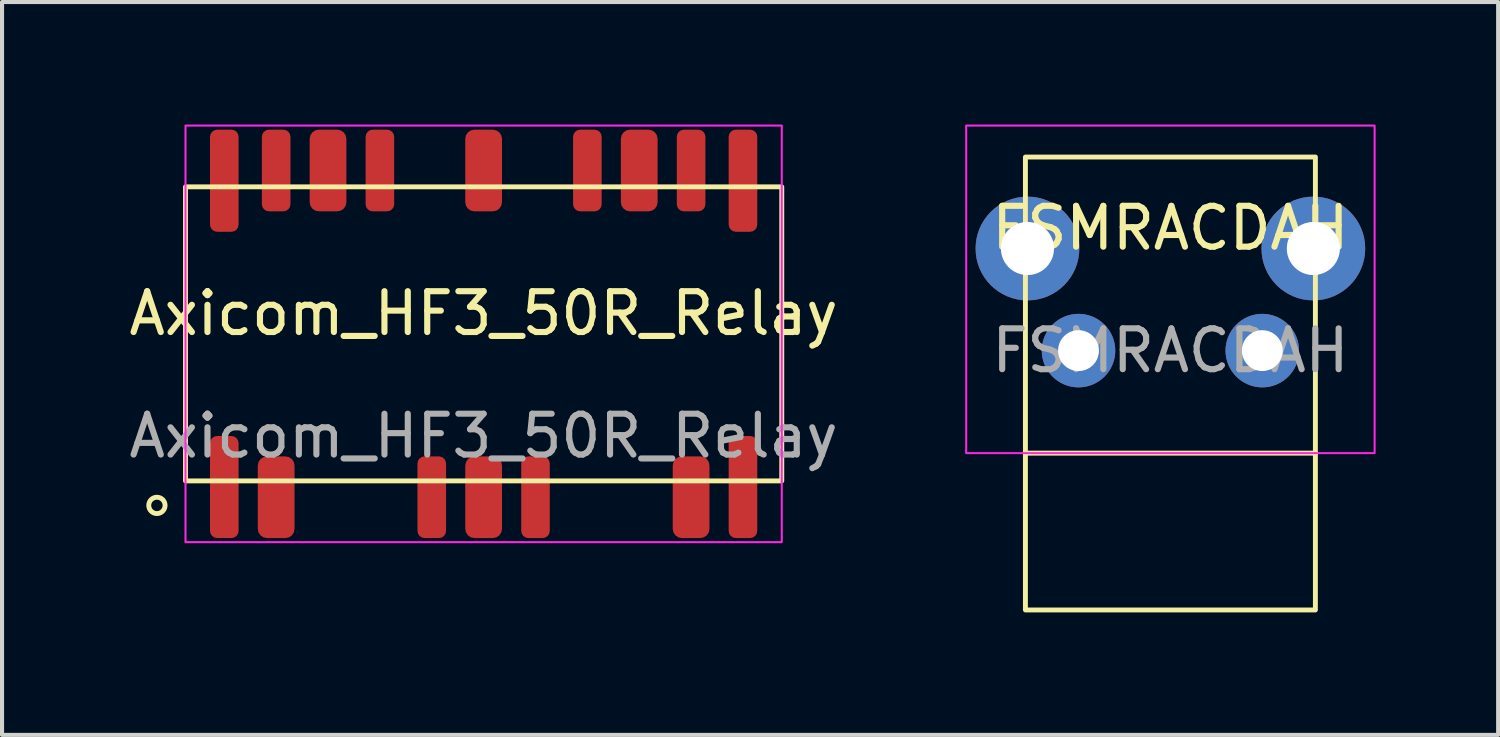
<source format=kicad_pcb>
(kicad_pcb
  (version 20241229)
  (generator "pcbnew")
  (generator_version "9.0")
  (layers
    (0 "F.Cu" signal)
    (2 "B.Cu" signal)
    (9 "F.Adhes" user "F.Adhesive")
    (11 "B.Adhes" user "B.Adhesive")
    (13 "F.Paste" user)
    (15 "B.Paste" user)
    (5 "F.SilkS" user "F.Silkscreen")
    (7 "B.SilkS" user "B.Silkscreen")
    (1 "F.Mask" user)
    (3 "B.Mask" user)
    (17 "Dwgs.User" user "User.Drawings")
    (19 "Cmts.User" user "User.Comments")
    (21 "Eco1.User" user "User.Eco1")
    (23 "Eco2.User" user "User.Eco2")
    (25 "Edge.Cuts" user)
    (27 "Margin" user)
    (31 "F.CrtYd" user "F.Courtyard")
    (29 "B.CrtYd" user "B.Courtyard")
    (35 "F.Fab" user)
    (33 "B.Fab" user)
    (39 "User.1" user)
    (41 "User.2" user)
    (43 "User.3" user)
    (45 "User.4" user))
  (footprint "FSMRACDAH"
    (layer "F.Cu")
    (at 25.608 3.035)
    (property "Reference" "FSMRACDAH" (at 0 -0.5 0) (unlocked yes) (layer "F.SilkS") (effects (font (size 1 1) (thickness 0.15))))
    (attr through_hole)
    (fp_line (start -3.56 5.01) (end 3.56 5.01) (stroke (width 0.12) (type default)) (layer "F.SilkS"))
    (fp_rect (start -3.55 -2.24) (end 3.55 8.85) (stroke (width 0.12) (type solid)) (fill no) (layer "F.SilkS"))
    (fp_rect (start -5 -3.01) (end 5 5.01) (stroke (width 0.05) (type default)) (fill no) (layer "F.CrtYd"))
    (fp_text user "${REFERENCE}" (at 0 2.5 0) (unlocked yes) (layer "F.Fab") (effects (font (size 1 1) (thickness 0.15))))
    (pad "0" thru_hole circle (at -3.5 0) (size 2.54 2.54) (drill 1.3) (layers "*.Cu" "*.Mask"))
    (pad "0" thru_hole circle (at 3.5 0) (size 2.54 2.54) (drill 1.3) (layers "*.Cu" "*.Mask"))
    (pad "1" thru_hole circle (at -2.25 2.5) (size 1.8 1.8) (drill 1) (layers "*.Cu" "*.Mask"))
    (pad "2" thru_hole circle (at 2.25 2.5) (size 1.8 1.8) (drill 1) (layers "*.Cu" "*.Mask")))
  (footprint "Axicom_HF3_50R_Relay"
    (layer "F.Cu")
    (at 8.792 5.125)
    (property "Reference" "Axicom_HF3_50R_Relay" (at 0 -0.5 0) (unlocked yes) (layer "F.SilkS") (effects (font (size 1 1) (thickness 0.15))))
    (attr smd)
    (fp_rect (start -7.3 -3.6) (end 7.3 3.6) (stroke (width 0.12) (type solid)) (fill no) (layer "F.SilkS"))
    (fp_circle (center -8 4.2) (end -8 4.4) (stroke (width 0.12) (type solid)) (fill no) (layer "F.SilkS"))
    (fp_rect (start -7.3 -5.1) (end 7.3 5.1) (stroke (width 0.05) (type solid)) (fill no) (layer "F.CrtYd"))
    (fp_text user "${REFERENCE}" (at 0 2.5 0) (unlocked yes) (layer "F.Fab") (effects (font (size 1 1) (thickness 0.15))))
    (pad "1" smd roundrect (at -6.35 3.75) (size 0.7 2.5) (layers "F.Cu" "F.Mask" "F.Paste") (roundrect_rratio 0.25))
    (pad "2" smd roundrect (at -5.08 4) (size 0.9 2) (layers "F.Cu" "F.Mask" "F.Paste") (roundrect_rratio 0.25))
    (pad "5" smd roundrect (at -1.27 4) (size 0.7 2) (layers "F.Cu" "F.Mask" "F.Paste") (roundrect_rratio 0.25))
    (pad "6" smd roundrect (at 0 4) (size 0.9 2) (layers "F.Cu" "F.Mask" "F.Paste") (roundrect_rratio 0.25))
    (pad "7" smd roundrect (at 1.27 4) (size 0.7 2) (layers "F.Cu" "F.Mask" "F.Paste") (roundrect_rratio 0.25))
    (pad "10" smd roundrect (at 5.08 4) (size 0.9 2) (layers "F.Cu" "F.Mask" "F.Paste") (roundrect_rratio 0.25))
    (pad "11" smd roundrect (at 6.35 3.75) (size 0.7 2.5) (layers "F.Cu" "F.Mask" "F.Paste") (roundrect_rratio 0.25))
    (pad "12" smd roundrect (at 6.35 -3.75) (size 0.7 2.5) (layers "F.Cu" "F.Mask" "F.Paste") (roundrect_rratio 0.25))
    (pad "13" smd roundrect (at 5.08 -4) (size 0.7 2) (layers "F.Cu" "F.Mask" "F.Paste") (roundrect_rratio 0.25))
    (pad "14" smd roundrect (at 3.81 -4) (size 0.9 2) (layers "F.Cu" "F.Mask" "F.Paste") (roundrect_rratio 0.25))
    (pad "15" smd roundrect (at 2.54 -4) (size 0.7 2) (layers "F.Cu" "F.Mask" "F.Paste") (roundrect_rratio 0.25))
    (pad "17" smd roundrect (at 0 -4) (size 0.9 2) (layers "F.Cu" "F.Mask" "F.Paste") (roundrect_rratio 0.25))
    (pad "19" smd roundrect (at -2.54 -4) (size 0.7 2) (layers "F.Cu" "F.Mask" "F.Paste") (roundrect_rratio 0.25))
    (pad "20" smd roundrect (at -3.81 -4) (size 0.9 2) (layers "F.Cu" "F.Mask" "F.Paste") (roundrect_rratio 0.25))
    (pad "21" smd roundrect (at -5.08 -4) (size 0.7 2) (layers "F.Cu" "F.Mask" "F.Paste") (roundrect_rratio 0.25))
    (pad "22" smd roundrect (at -6.35 -3.75) (size 0.7 2.5) (layers "F.Cu" "F.Mask" "F.Paste") (roundrect_rratio 0.25)))
  (gr_rect
    (start -3 -3)
    (end 33.633 14.945)
    (stroke (width 0.1) (type default))
    (fill no)
    (layer "Edge.Cuts")))
</source>
